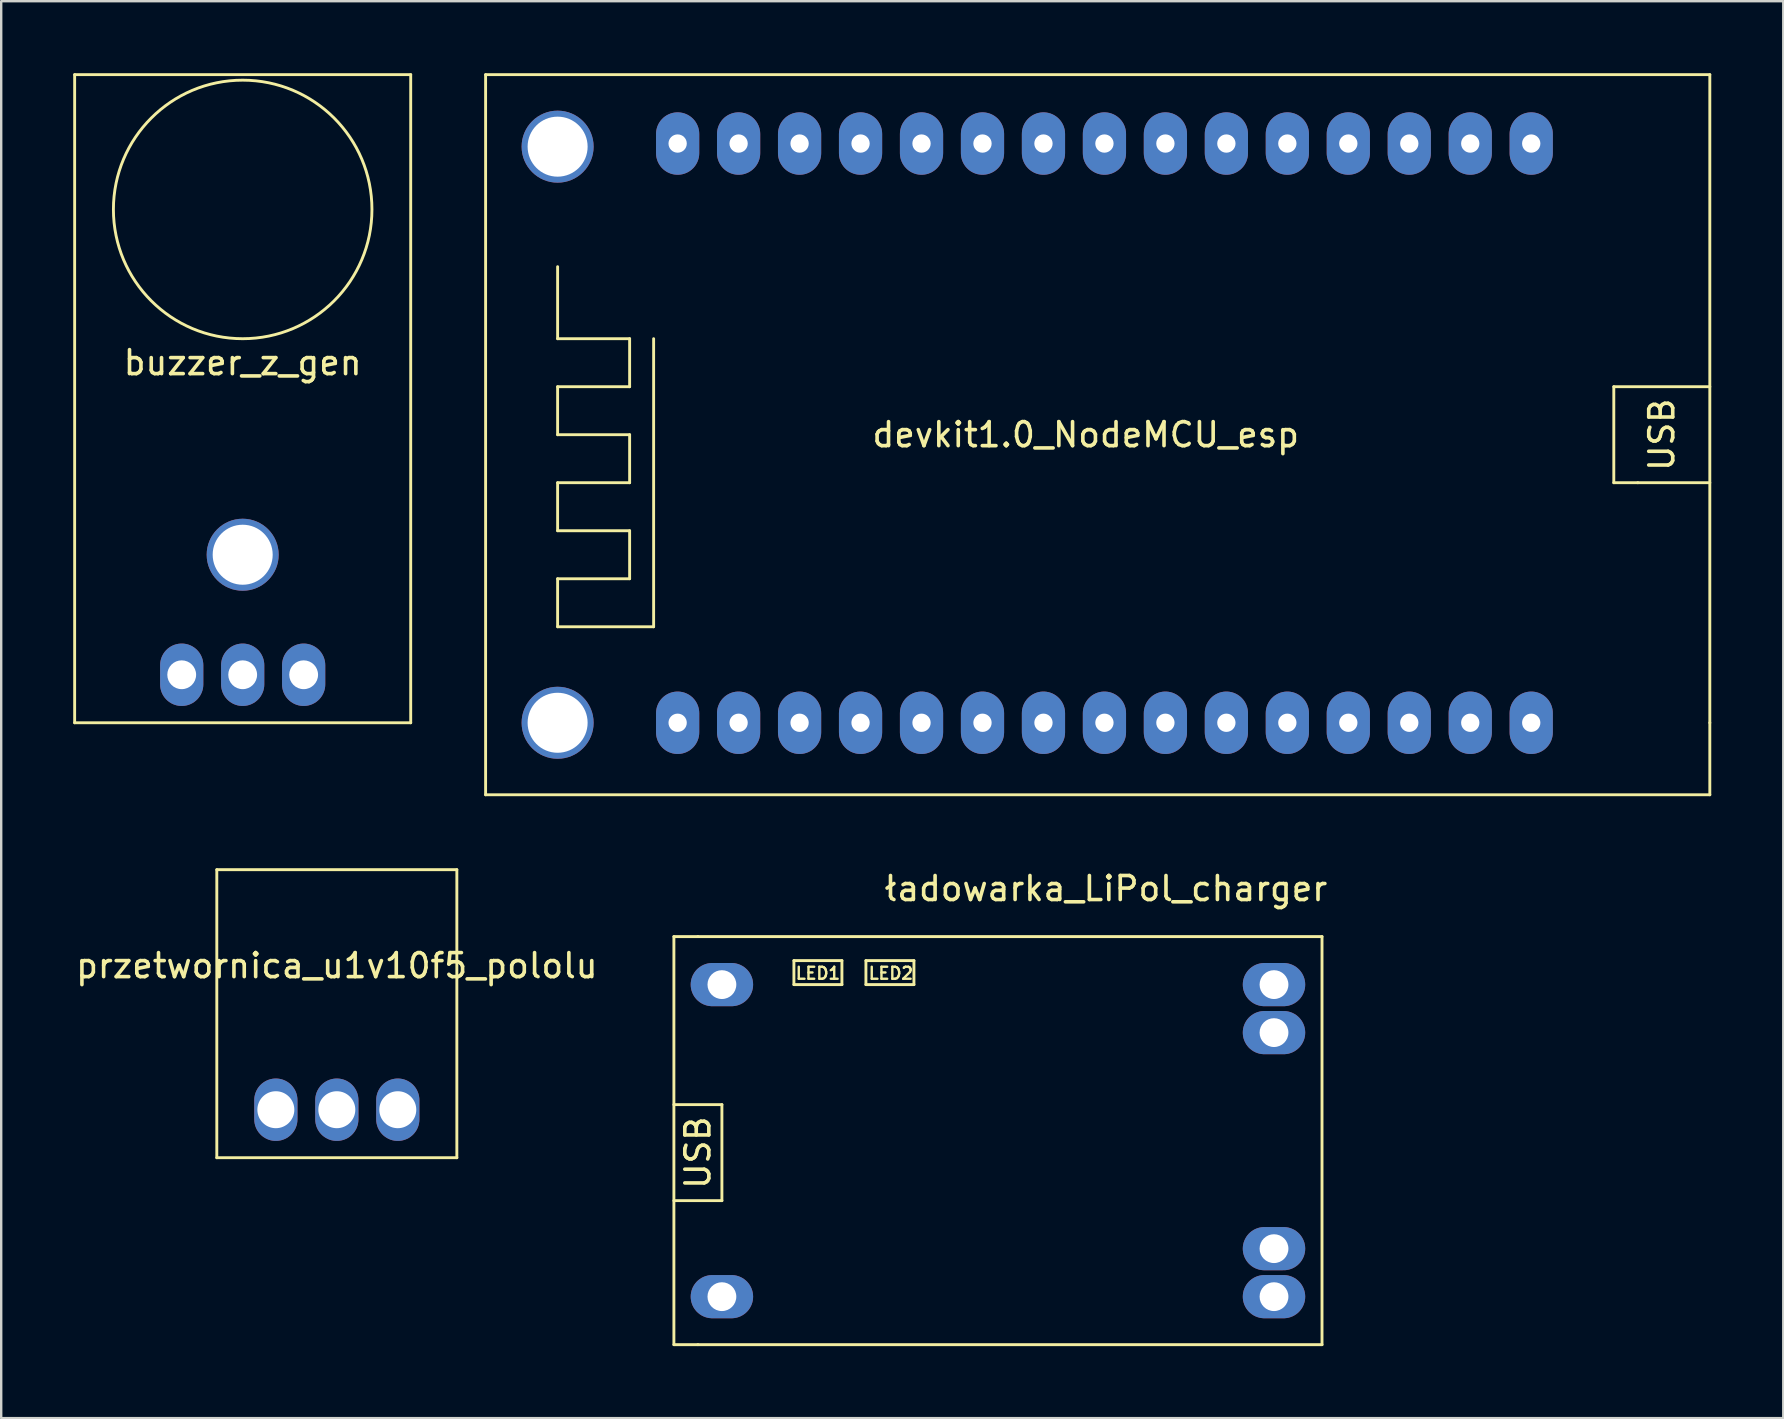
<source format=kicad_pcb>
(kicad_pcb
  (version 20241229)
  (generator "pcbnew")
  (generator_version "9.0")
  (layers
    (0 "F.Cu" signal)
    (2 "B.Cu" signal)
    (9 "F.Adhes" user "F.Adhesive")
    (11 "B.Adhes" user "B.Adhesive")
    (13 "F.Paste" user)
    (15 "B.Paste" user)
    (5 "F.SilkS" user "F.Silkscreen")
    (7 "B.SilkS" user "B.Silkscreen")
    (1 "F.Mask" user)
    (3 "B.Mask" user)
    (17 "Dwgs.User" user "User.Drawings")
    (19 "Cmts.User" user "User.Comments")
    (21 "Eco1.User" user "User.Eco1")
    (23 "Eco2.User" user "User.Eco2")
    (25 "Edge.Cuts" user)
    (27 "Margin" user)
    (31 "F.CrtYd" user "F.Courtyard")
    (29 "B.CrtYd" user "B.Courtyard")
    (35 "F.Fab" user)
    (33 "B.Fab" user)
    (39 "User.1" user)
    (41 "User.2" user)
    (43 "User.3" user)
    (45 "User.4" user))
  (footprint "ładowarka_LiPol_charger"
    (layer "F.Cu")
    (at 43.024 44.968)
    (property "Reference" "ładowarka_LiPol_charger" (at 0 -11 0) (layer "F.SilkS") (effects (font (size 1 1) (thickness 0.15))))
    (attr through_hole)
    (fp_line (start -18 -9) (end -18 8) (stroke (width 0.12) (type solid)) (layer "F.SilkS"))
    (fp_line (start -18 -2) (end -16 -2) (stroke (width 0.12) (type solid)) (layer "F.SilkS"))
    (fp_line (start -17 -9) (end -18 -9) (stroke (width 0.12) (type solid)) (layer "F.SilkS"))
    (fp_line (start -17 8) (end -18 8) (stroke (width 0.12) (type solid)) (layer "F.SilkS"))
    (fp_line (start -17 8) (end 9 8) (stroke (width 0.12) (type solid)) (layer "F.SilkS"))
    (fp_line (start -16 -2) (end -16 2) (stroke (width 0.12) (type solid)) (layer "F.SilkS"))
    (fp_line (start -16 2) (end -18 2) (stroke (width 0.12) (type solid)) (layer "F.SilkS"))
    (fp_line (start -13 -8) (end -13 -7) (stroke (width 0.12) (type solid)) (layer "F.SilkS"))
    (fp_line (start -13 -7) (end -11 -7) (stroke (width 0.12) (type solid)) (layer "F.SilkS"))
    (fp_line (start -11 -8) (end -13 -8) (stroke (width 0.12) (type solid)) (layer "F.SilkS"))
    (fp_line (start -11 -7) (end -11 -8) (stroke (width 0.12) (type solid)) (layer "F.SilkS"))
    (fp_line (start -10 -8) (end -10 -7) (stroke (width 0.12) (type solid)) (layer "F.SilkS"))
    (fp_line (start -10 -7) (end -8 -7) (stroke (width 0.12) (type solid)) (layer "F.SilkS"))
    (fp_line (start -8 -8) (end -10 -8) (stroke (width 0.12) (type solid)) (layer "F.SilkS"))
    (fp_line (start -8 -7) (end -8 -8) (stroke (width 0.12) (type solid)) (layer "F.SilkS"))
    (fp_line (start 9 -9) (end -17 -9) (stroke (width 0.12) (type solid)) (layer "F.SilkS"))
    (fp_line (start 9 8) (end 9 -9) (stroke (width 0.12) (type solid)) (layer "F.SilkS"))
    (fp_text user "USB" (at -17 0 90) (layer "F.SilkS") (effects (font (size 1 1) (thickness 0.15))))
    (fp_text user "LED1" (at -12 -7.47 0) (layer "F.SilkS") (effects (font (size 0.5 0.5) (thickness 0.1))))
    (fp_text user "LED2" (at -8.96 -7.47 0) (layer "F.SilkS") (effects (font (size 0.5 0.5) (thickness 0.1))))
    (pad "1" thru_hole oval (at 7 -7) (size 2.6 1.8) (drill 1.2) (layers "*.Cu" "*.Mask"))
    (pad "2" thru_hole oval (at 7 -5) (size 2.6 1.8) (drill 1.2) (layers "*.Cu" "*.Mask"))
    (pad "3" thru_hole oval (at 7 6) (size 2.6 1.8) (drill 1.2) (layers "*.Cu" "*.Mask"))
    (pad "4" thru_hole oval (at 7 4) (size 2.6 1.8) (drill 1.2) (layers "*.Cu" "*.Mask"))
    (pad "5" thru_hole oval (at -16 6) (size 2.6 1.8) (drill 1.2) (layers "*.Cu" "*.Mask"))
    (pad "6" thru_hole oval (at -16 -7) (size 2.6 1.8) (drill 1.2) (layers "*.Cu" "*.Mask")))
  (footprint "przetwornica_u1v10f5_pololu"
    (layer "F.Cu")
    (at 10.982 43.18)
    (property "Reference" "przetwornica_u1v10f5_pololu" (at 0 -6 0) (layer "F.SilkS") (effects (font (size 1 1) (thickness 0.15))))
    (attr through_hole)
    (fp_line (start -5 -10) (end -5 2) (stroke (width 0.12) (type solid)) (layer "F.SilkS"))
    (fp_line (start -5 2) (end 5 2) (stroke (width 0.12) (type solid)) (layer "F.SilkS"))
    (fp_line (start 5 -10) (end -5 -10) (stroke (width 0.12) (type solid)) (layer "F.SilkS"))
    (fp_line (start 5 2) (end 5 -10) (stroke (width 0.12) (type solid)) (layer "F.SilkS"))
    (pad "1" thru_hole oval (at -2.54 0) (size 1.8 2.6) (drill 1.54) (layers "*.Cu" "*.Mask"))
    (pad "2" thru_hole oval (at 0 0) (size 1.8 2.6) (drill 1.54) (layers "*.Cu" "*.Mask"))
    (pad "3" thru_hole oval (at 2.54 0) (size 1.8 2.6) (drill 1.54) (layers "*.Cu" "*.Mask")))
  (footprint "buzzer_z_gen"
    (layer "F.Cu")
    (at 7.06 25.06)
    (property "Reference" "buzzer_z_gen" (at 0 -13 0) (layer "F.SilkS") (effects (font (size 1 1) (thickness 0.15))))
    (attr through_hole)
    (fp_line (start -7 -25) (end -7 2) (stroke (width 0.12) (type solid)) (layer "F.SilkS"))
    (fp_line (start -7 2) (end 7 2) (stroke (width 0.12) (type solid)) (layer "F.SilkS"))
    (fp_line (start 7 -25) (end -7 -25) (stroke (width 0.12) (type solid)) (layer "F.SilkS"))
    (fp_line (start 7 2) (end 7 -25) (stroke (width 0.12) (type solid)) (layer "F.SilkS"))
    (fp_circle (center 0 -19.385) (end -5 -21.385) (stroke (width 0.12) (type solid)) (fill no) (layer "F.SilkS"))
    (pad "0" thru_hole circle (at 0 -5) (size 3 3) (drill 2.5) (layers "*.Cu" "*.Mask"))
    (pad "1" thru_hole oval (at -2.54 0) (size 1.8 2.6) (drill 1.2) (layers "*.Cu" "*.Mask"))
    (pad "2" thru_hole oval (at 0 0) (size 1.8 2.6) (drill 1.2) (layers "*.Cu" "*.Mask"))
    (pad "3" thru_hole oval (at 2.54 0) (size 1.8 2.6) (drill 1.2) (layers "*.Cu" "*.Mask")))
  (footprint "devkit1.0_NodeMCU_esp"
    (layer "F.Cu")
    (at 25.18 27.06)
    (property "Reference" "devkit1.0_NodeMCU_esp" (at 17 -12 0) (layer "F.SilkS") (effects (font (size 1 1) (thickness 0.15))))
    (attr through_hole)
    (fp_line (start -8 -27) (end 43 -27) (stroke (width 0.12) (type solid)) (layer "F.SilkS"))
    (fp_line (start -8 3) (end -8 -27) (stroke (width 0.12) (type solid)) (layer "F.SilkS"))
    (fp_line (start -5 -19) (end -5 -16) (stroke (width 0.12) (type solid)) (layer "F.SilkS"))
    (fp_line (start -5 -16) (end -2 -16) (stroke (width 0.12) (type solid)) (layer "F.SilkS"))
    (fp_line (start -5 -14) (end -5 -12) (stroke (width 0.12) (type solid)) (layer "F.SilkS"))
    (fp_line (start -5 -12) (end -2 -12) (stroke (width 0.12) (type solid)) (layer "F.SilkS"))
    (fp_line (start -5 -10) (end -5 -8) (stroke (width 0.12) (type solid)) (layer "F.SilkS"))
    (fp_line (start -5 -8) (end -2 -8) (stroke (width 0.12) (type solid)) (layer "F.SilkS"))
    (fp_line (start -5 -6) (end -5 -4) (stroke (width 0.12) (type solid)) (layer "F.SilkS"))
    (fp_line (start -5 -4) (end -1 -4) (stroke (width 0.12) (type solid)) (layer "F.SilkS"))
    (fp_line (start -2 -16) (end -2 -14) (stroke (width 0.12) (type solid)) (layer "F.SilkS"))
    (fp_line (start -2 -14) (end -5 -14) (stroke (width 0.12) (type solid)) (layer "F.SilkS"))
    (fp_line (start -2 -12) (end -2 -10) (stroke (width 0.12) (type solid)) (layer "F.SilkS"))
    (fp_line (start -2 -10) (end -5 -10) (stroke (width 0.12) (type solid)) (layer "F.SilkS"))
    (fp_line (start -2 -8) (end -2 -6) (stroke (width 0.12) (type solid)) (layer "F.SilkS"))
    (fp_line (start -2 -6) (end -5 -6) (stroke (width 0.12) (type solid)) (layer "F.SilkS"))
    (fp_line (start -1 -4) (end -1 -16) (stroke (width 0.12) (type solid)) (layer "F.SilkS"))
    (fp_line (start 39 -14) (end 43 -14) (stroke (width 0.12) (type solid)) (layer "F.SilkS"))
    (fp_line (start 39 -10) (end 39 -14) (stroke (width 0.12) (type solid)) (layer "F.SilkS"))
    (fp_line (start 40 -10) (end 39 -10) (stroke (width 0.12) (type solid)) (layer "F.SilkS"))
    (fp_line (start 43 -27) (end 43 0) (stroke (width 0.12) (type solid)) (layer "F.SilkS"))
    (fp_line (start 43 -10) (end 40 -10) (stroke (width 0.12) (type solid)) (layer "F.SilkS"))
    (fp_line (start 43 0) (end 43 3) (stroke (width 0.12) (type solid)) (layer "F.SilkS"))
    (fp_line (start 43 3) (end -8 3) (stroke (width 0.12) (type solid)) (layer "F.SilkS"))
    (fp_text user "USB" (at 41 -12 90) (layer "F.SilkS") (effects (font (size 1 1) (thickness 0.15))))
    (pad "0" thru_hole circle (at -5 -24) (size 3 3) (drill 2.5) (layers "*.Cu" "*.Mask"))
    (pad "0" thru_hole circle (at -5 0) (size 3 3) (drill 2.5) (layers "*.Cu" "*.Mask"))
    (pad "1" thru_hole oval (at 0 0) (size 1.8 2.6) (drill 0.762) (layers "*.Cu" "*.Mask"))
    (pad "2" thru_hole oval (at 2.54 0) (size 1.8 2.6) (drill 0.762) (layers "*.Cu" "*.Mask"))
    (pad "3" thru_hole oval (at 5.08 0) (size 1.8 2.6) (drill 0.762) (layers "*.Cu" "*.Mask"))
    (pad "4" thru_hole oval (at 7.62 0) (size 1.8 2.6) (drill 0.762) (layers "*.Cu" "*.Mask"))
    (pad "5" thru_hole oval (at 10.16 0) (size 1.8 2.6) (drill 0.762) (layers "*.Cu" "*.Mask"))
    (pad "6" thru_hole oval (at 12.7 0) (size 1.8 2.6) (drill 0.762) (layers "*.Cu" "*.Mask"))
    (pad "7" thru_hole oval (at 15.24 0) (size 1.8 2.6) (drill 0.762) (layers "*.Cu" "*.Mask"))
    (pad "8" thru_hole oval (at 17.78 0) (size 1.8 2.6) (drill 0.762) (layers "*.Cu" "*.Mask"))
    (pad "9" thru_hole oval (at 20.32 0) (size 1.8 2.6) (drill 0.762) (layers "*.Cu" "*.Mask"))
    (pad "10" thru_hole oval (at 22.86 0) (size 1.8 2.6) (drill 0.762) (layers "*.Cu" "*.Mask"))
    (pad "11" thru_hole oval (at 25.4 0) (size 1.8 2.6) (drill 0.762) (layers "*.Cu" "*.Mask"))
    (pad "12" thru_hole oval (at 27.94 0) (size 1.8 2.6) (drill 0.762) (layers "*.Cu" "*.Mask"))
    (pad "13" thru_hole oval (at 30.48 0) (size 1.8 2.6) (drill 0.762) (layers "*.Cu" "*.Mask"))
    (pad "14" thru_hole oval (at 33.02 0) (size 1.8 2.6) (drill 0.762) (layers "*.Cu" "*.Mask"))
    (pad "15" thru_hole oval (at 35.56 0) (size 1.8 2.6) (drill 0.762) (layers "*.Cu" "*.Mask"))
    (pad "16" thru_hole oval (at 35.56 -24.13) (size 1.8 2.6) (drill 0.762) (layers "*.Cu" "*.Mask"))
    (pad "17" thru_hole oval (at 33.02 -24.13) (size 1.8 2.6) (drill 0.762) (layers "*.Cu" "*.Mask"))
    (pad "18" thru_hole oval (at 30.48 -24.13) (size 1.8 2.6) (drill 0.762) (layers "*.Cu" "*.Mask"))
    (pad "19" thru_hole oval (at 27.94 -24.13) (size 1.8 2.6) (drill 0.762) (layers "*.Cu" "*.Mask"))
    (pad "20" thru_hole oval (at 25.4 -24.13) (size 1.8 2.6) (drill 0.762) (layers "*.Cu" "*.Mask"))
    (pad "21" thru_hole oval (at 22.86 -24.13) (size 1.8 2.6) (drill 0.762) (layers "*.Cu" "*.Mask"))
    (pad "22" thru_hole oval (at 20.32 -24.13) (size 1.8 2.6) (drill 0.762) (layers "*.Cu" "*.Mask"))
    (pad "23" thru_hole oval (at 17.78 -24.13) (size 1.8 2.6) (drill 0.762) (layers "*.Cu" "*.Mask"))
    (pad "24" thru_hole oval (at 15.24 -24.13) (size 1.8 2.6) (drill 0.762) (layers "*.Cu" "*.Mask"))
    (pad "25" thru_hole oval (at 12.7 -24.13) (size 1.8 2.6) (drill 0.762) (layers "*.Cu" "*.Mask"))
    (pad "26" thru_hole oval (at 10.16 -24.13) (size 1.8 2.6) (drill 0.762) (layers "*.Cu" "*.Mask"))
    (pad "27" thru_hole oval (at 7.62 -24.13) (size 1.8 2.6) (drill 0.762) (layers "*.Cu" "*.Mask"))
    (pad "28" thru_hole oval (at 5.08 -24.13) (size 1.8 2.6) (drill 0.762) (layers "*.Cu" "*.Mask"))
    (pad "29" thru_hole oval (at 2.54 -24.13) (size 1.8 2.6) (drill 0.762) (layers "*.Cu" "*.Mask"))
    (pad "30" thru_hole oval (at 0 -24.13) (size 1.8 2.6) (drill 0.762) (layers "*.Cu" "*.Mask")))
  (gr_rect
    (start -3 -3)
    (end 71.24 56.028)
    (stroke (width 0.1) (type default))
    (fill no)
    (layer "Edge.Cuts")))
</source>
